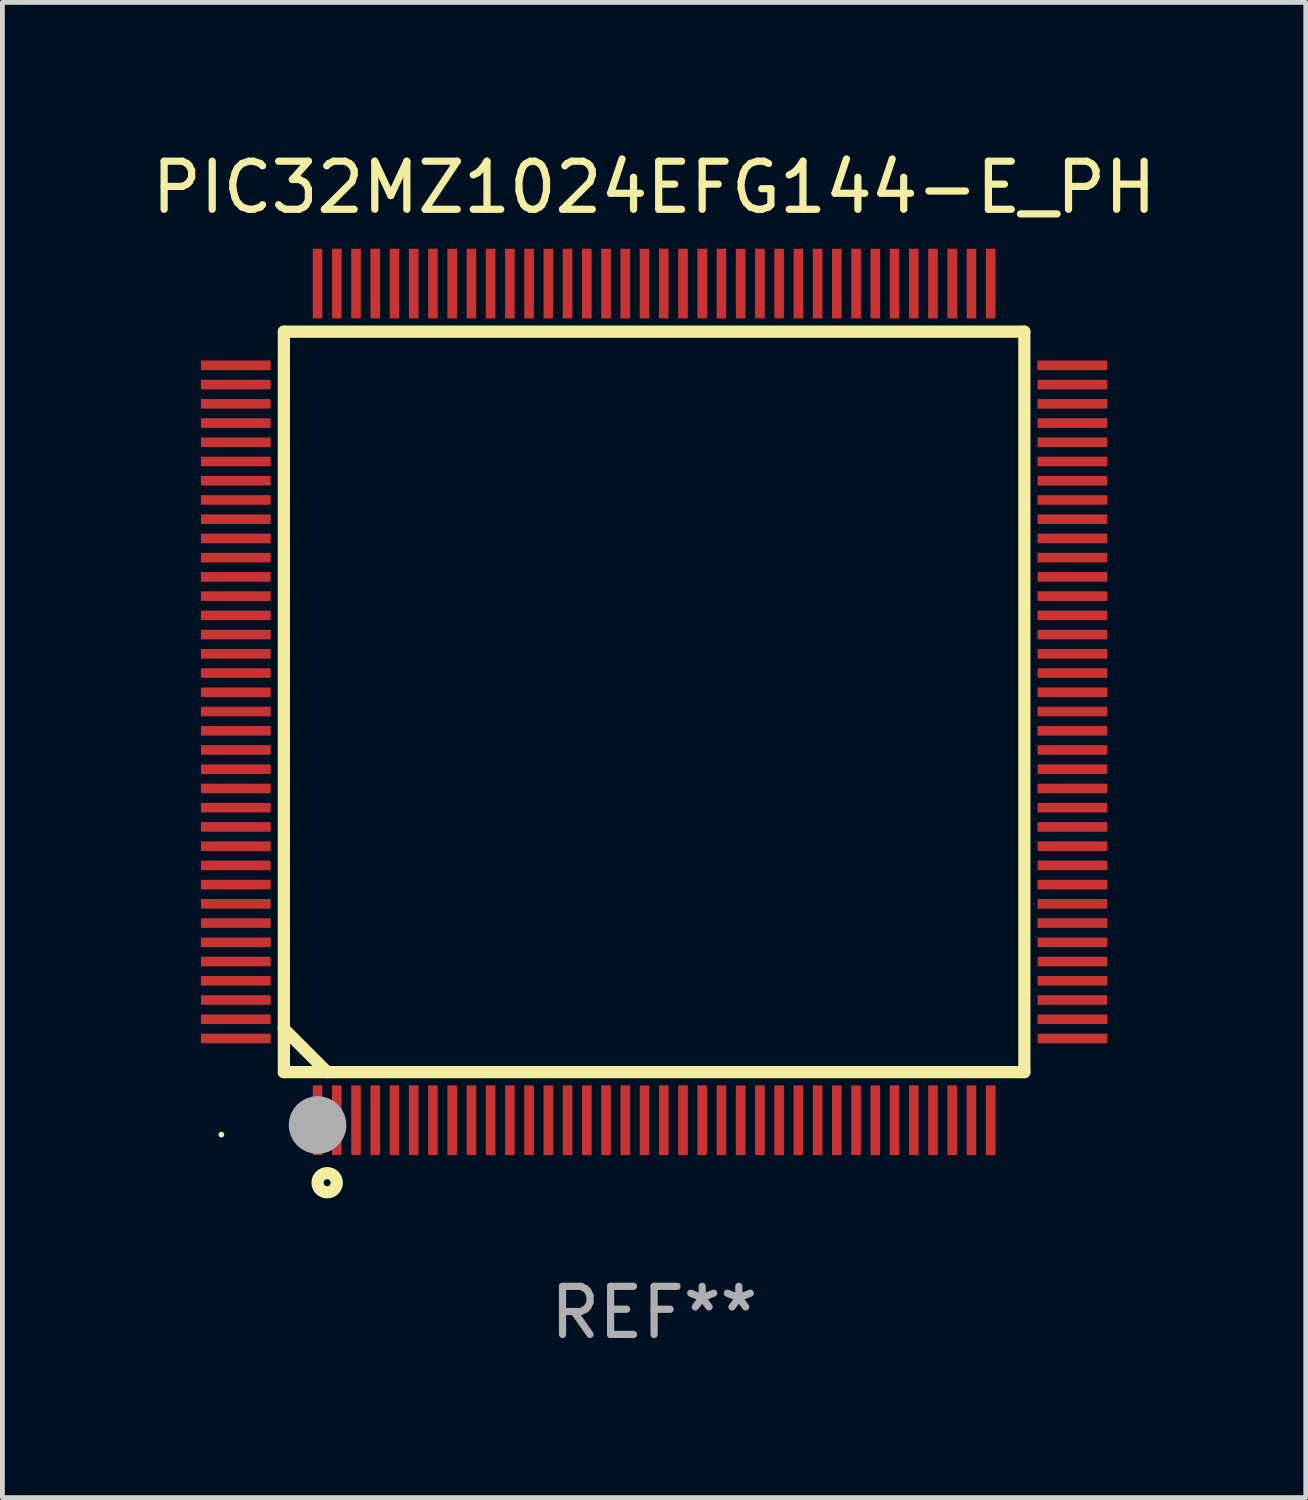
<source format=kicad_pcb>
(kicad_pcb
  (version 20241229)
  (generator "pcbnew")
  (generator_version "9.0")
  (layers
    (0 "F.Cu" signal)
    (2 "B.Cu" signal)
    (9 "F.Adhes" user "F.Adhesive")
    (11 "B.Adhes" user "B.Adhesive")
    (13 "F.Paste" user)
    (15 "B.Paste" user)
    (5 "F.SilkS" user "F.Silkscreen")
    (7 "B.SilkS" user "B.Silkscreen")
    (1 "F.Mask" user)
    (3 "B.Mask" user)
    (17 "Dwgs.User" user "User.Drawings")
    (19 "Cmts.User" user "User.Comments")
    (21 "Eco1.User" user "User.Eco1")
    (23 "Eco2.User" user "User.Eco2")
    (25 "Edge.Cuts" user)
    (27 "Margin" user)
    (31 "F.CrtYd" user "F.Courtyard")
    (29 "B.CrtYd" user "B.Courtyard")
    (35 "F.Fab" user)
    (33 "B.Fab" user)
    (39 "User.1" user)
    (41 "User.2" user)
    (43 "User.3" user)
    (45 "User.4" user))
  (footprint "PIC32MZ1024EFG144-E_PH"
    (layer "F.Cu")
    (at 10.554 11.548)
    (property "Reference" "PIC32MZ1024EFG144-E_PH" (at 0 -10.7 0) (layer "F.SilkS") (effects (font (size 1 1) (thickness 0.15))))
    (attr through_hole)
    (fp_line (start -7.7 -7.7) (end -7.7 7.7) (stroke (width 0.254) (type solid)) (layer "F.SilkS"))
    (fp_line (start -7.7 -7.7) (end 7.7 -7.7) (stroke (width 0.254) (type solid)) (layer "F.SilkS"))
    (fp_line (start -7.7 6.774) (end -7.7 6.798) (stroke (width 0.254) (type solid)) (layer "F.SilkS"))
    (fp_line (start -7.7 6.798) (end -6.798 7.7) (stroke (width 0.254) (type solid)) (layer "F.SilkS"))
    (fp_line (start -7.7 7.7) (end 7.7 7.7) (stroke (width 0.254) (type solid)) (layer "F.SilkS"))
    (fp_line (start 7.7 7.7) (end 7.7 -7.7) (stroke (width 0.254) (type solid)) (layer "F.SilkS"))
    (fp_circle (center -9 9) (end -8.97 9) (stroke (width 0.06) (type solid)) (fill no) (layer "F.SilkS"))
    (fp_circle (center -6.8 10) (end -6.6 10) (stroke (width 0.254) (type solid)) (fill no) (layer "F.SilkS"))
    (fp_circle (center -7 8.8) (end -6.7 8.8) (stroke (width 0.6) (type solid)) (fill no) (layer "F.Fab"))
    (fp_text user "REF**" (at 0 12.7 0) (layer "F.Fab") (effects (font (size 1 1) (thickness 0.15))))
    (pad "1" smd rect (at -7 8.7) (size 0.2 1.45) (layers "F.Cu" "F.Mask" "F.Paste"))
    (pad "2" smd rect (at -6.6 8.7) (size 0.2 1.45) (layers "F.Cu" "F.Mask" "F.Paste"))
    (pad "3" smd rect (at -6.2 8.7) (size 0.2 1.45) (layers "F.Cu" "F.Mask" "F.Paste"))
    (pad "4" smd rect (at -5.8 8.7) (size 0.2 1.45) (layers "F.Cu" "F.Mask" "F.Paste"))
    (pad "5" smd rect (at -5.4 8.7) (size 0.2 1.45) (layers "F.Cu" "F.Mask" "F.Paste"))
    (pad "6" smd rect (at -5 8.7) (size 0.2 1.45) (layers "F.Cu" "F.Mask" "F.Paste"))
    (pad "7" smd rect (at -4.6 8.7) (size 0.2 1.45) (layers "F.Cu" "F.Mask" "F.Paste"))
    (pad "8" smd rect (at -4.2 8.7) (size 0.2 1.45) (layers "F.Cu" "F.Mask" "F.Paste"))
    (pad "9" smd rect (at -3.8 8.7) (size 0.2 1.45) (layers "F.Cu" "F.Mask" "F.Paste"))
    (pad "10" smd rect (at -3.4 8.7) (size 0.2 1.45) (layers "F.Cu" "F.Mask" "F.Paste"))
    (pad "11" smd rect (at -3 8.7) (size 0.2 1.45) (layers "F.Cu" "F.Mask" "F.Paste"))
    (pad "12" smd rect (at -2.6 8.7) (size 0.2 1.45) (layers "F.Cu" "F.Mask" "F.Paste"))
    (pad "13" smd rect (at -2.2 8.7) (size 0.2 1.45) (layers "F.Cu" "F.Mask" "F.Paste"))
    (pad "14" smd rect (at -1.8 8.7) (size 0.2 1.45) (layers "F.Cu" "F.Mask" "F.Paste"))
    (pad "15" smd rect (at -1.4 8.7) (size 0.2 1.45) (layers "F.Cu" "F.Mask" "F.Paste"))
    (pad "16" smd rect (at -1 8.7) (size 0.2 1.45) (layers "F.Cu" "F.Mask" "F.Paste"))
    (pad "17" smd rect (at -0.6 8.7) (size 0.2 1.45) (layers "F.Cu" "F.Mask" "F.Paste"))
    (pad "18" smd rect (at -0.2 8.7) (size 0.2 1.45) (layers "F.Cu" "F.Mask" "F.Paste"))
    (pad "19" smd rect (at 0.2 8.7) (size 0.2 1.45) (layers "F.Cu" "F.Mask" "F.Paste"))
    (pad "20" smd rect (at 0.6 8.7) (size 0.2 1.45) (layers "F.Cu" "F.Mask" "F.Paste"))
    (pad "21" smd rect (at 1 8.7) (size 0.2 1.45) (layers "F.Cu" "F.Mask" "F.Paste"))
    (pad "22" smd rect (at 1.4 8.7) (size 0.2 1.45) (layers "F.Cu" "F.Mask" "F.Paste"))
    (pad "23" smd rect (at 1.8 8.7) (size 0.2 1.45) (layers "F.Cu" "F.Mask" "F.Paste"))
    (pad "24" smd rect (at 2.2 8.7) (size 0.2 1.45) (layers "F.Cu" "F.Mask" "F.Paste"))
    (pad "25" smd rect (at 2.6 8.7) (size 0.2 1.45) (layers "F.Cu" "F.Mask" "F.Paste"))
    (pad "26" smd rect (at 3 8.7) (size 0.2 1.45) (layers "F.Cu" "F.Mask" "F.Paste"))
    (pad "27" smd rect (at 3.4 8.7) (size 0.2 1.45) (layers "F.Cu" "F.Mask" "F.Paste"))
    (pad "28" smd rect (at 3.8 8.7) (size 0.2 1.45) (layers "F.Cu" "F.Mask" "F.Paste"))
    (pad "29" smd rect (at 4.2 8.7) (size 0.2 1.45) (layers "F.Cu" "F.Mask" "F.Paste"))
    (pad "30" smd rect (at 4.6 8.7) (size 0.2 1.45) (layers "F.Cu" "F.Mask" "F.Paste"))
    (pad "31" smd rect (at 5 8.7) (size 0.2 1.45) (layers "F.Cu" "F.Mask" "F.Paste"))
    (pad "32" smd rect (at 5.4 8.7) (size 0.2 1.45) (layers "F.Cu" "F.Mask" "F.Paste"))
    (pad "33" smd rect (at 5.8 8.7) (size 0.2 1.45) (layers "F.Cu" "F.Mask" "F.Paste"))
    (pad "34" smd rect (at 6.2 8.7) (size 0.2 1.45) (layers "F.Cu" "F.Mask" "F.Paste"))
    (pad "35" smd rect (at 6.6 8.7) (size 0.2 1.45) (layers "F.Cu" "F.Mask" "F.Paste"))
    (pad "36" smd rect (at 7 8.7) (size 0.2 1.45) (layers "F.Cu" "F.Mask" "F.Paste"))
    (pad "37" smd rect (at 8.7 7) (size 1.45 0.2) (layers "F.Cu" "F.Mask" "F.Paste"))
    (pad "38" smd rect (at 8.7 6.6) (size 1.45 0.2) (layers "F.Cu" "F.Mask" "F.Paste"))
    (pad "39" smd rect (at 8.7 6.2) (size 1.45 0.2) (layers "F.Cu" "F.Mask" "F.Paste"))
    (pad "40" smd rect (at 8.7 5.8) (size 1.45 0.2) (layers "F.Cu" "F.Mask" "F.Paste"))
    (pad "41" smd rect (at 8.7 5.4) (size 1.45 0.2) (layers "F.Cu" "F.Mask" "F.Paste"))
    (pad "42" smd rect (at 8.7 5) (size 1.45 0.2) (layers "F.Cu" "F.Mask" "F.Paste"))
    (pad "43" smd rect (at 8.7 4.6) (size 1.45 0.2) (layers "F.Cu" "F.Mask" "F.Paste"))
    (pad "44" smd rect (at 8.7 4.2) (size 1.45 0.2) (layers "F.Cu" "F.Mask" "F.Paste"))
    (pad "45" smd rect (at 8.7 3.8) (size 1.45 0.2) (layers "F.Cu" "F.Mask" "F.Paste"))
    (pad "46" smd rect (at 8.7 3.4) (size 1.45 0.2) (layers "F.Cu" "F.Mask" "F.Paste"))
    (pad "47" smd rect (at 8.7 3) (size 1.45 0.2) (layers "F.Cu" "F.Mask" "F.Paste"))
    (pad "48" smd rect (at 8.7 2.6) (size 1.45 0.2) (layers "F.Cu" "F.Mask" "F.Paste"))
    (pad "49" smd rect (at 8.7 2.2) (size 1.45 0.2) (layers "F.Cu" "F.Mask" "F.Paste"))
    (pad "50" smd rect (at 8.7 1.8) (size 1.45 0.2) (layers "F.Cu" "F.Mask" "F.Paste"))
    (pad "51" smd rect (at 8.7 1.4) (size 1.45 0.2) (layers "F.Cu" "F.Mask" "F.Paste"))
    (pad "52" smd rect (at 8.7 1) (size 1.45 0.2) (layers "F.Cu" "F.Mask" "F.Paste"))
    (pad "53" smd rect (at 8.7 0.6) (size 1.45 0.2) (layers "F.Cu" "F.Mask" "F.Paste"))
    (pad "54" smd rect (at 8.7 0.2) (size 1.45 0.2) (layers "F.Cu" "F.Mask" "F.Paste"))
    (pad "55" smd rect (at 8.7 -0.2) (size 1.45 0.2) (layers "F.Cu" "F.Mask" "F.Paste"))
    (pad "56" smd rect (at 8.7 -0.6) (size 1.45 0.2) (layers "F.Cu" "F.Mask" "F.Paste"))
    (pad "57" smd rect (at 8.7 -1) (size 1.45 0.2) (layers "F.Cu" "F.Mask" "F.Paste"))
    (pad "58" smd rect (at 8.7 -1.4) (size 1.45 0.2) (layers "F.Cu" "F.Mask" "F.Paste"))
    (pad "59" smd rect (at 8.7 -1.8) (size 1.45 0.2) (layers "F.Cu" "F.Mask" "F.Paste"))
    (pad "60" smd rect (at 8.7 -2.2) (size 1.45 0.2) (layers "F.Cu" "F.Mask" "F.Paste"))
    (pad "61" smd rect (at 8.7 -2.6) (size 1.45 0.2) (layers "F.Cu" "F.Mask" "F.Paste"))
    (pad "62" smd rect (at 8.7 -3) (size 1.45 0.2) (layers "F.Cu" "F.Mask" "F.Paste"))
    (pad "63" smd rect (at 8.7 -3.4) (size 1.45 0.2) (layers "F.Cu" "F.Mask" "F.Paste"))
    (pad "64" smd rect (at 8.7 -3.8) (size 1.45 0.2) (layers "F.Cu" "F.Mask" "F.Paste"))
    (pad "65" smd rect (at 8.7 -4.2) (size 1.45 0.2) (layers "F.Cu" "F.Mask" "F.Paste"))
    (pad "66" smd rect (at 8.7 -4.6) (size 1.45 0.2) (layers "F.Cu" "F.Mask" "F.Paste"))
    (pad "67" smd rect (at 8.7 -5) (size 1.45 0.2) (layers "F.Cu" "F.Mask" "F.Paste"))
    (pad "68" smd rect (at 8.7 -5.4) (size 1.45 0.2) (layers "F.Cu" "F.Mask" "F.Paste"))
    (pad "69" smd rect (at 8.7 -5.8) (size 1.45 0.2) (layers "F.Cu" "F.Mask" "F.Paste"))
    (pad "70" smd rect (at 8.7 -6.2) (size 1.45 0.2) (layers "F.Cu" "F.Mask" "F.Paste"))
    (pad "71" smd rect (at 8.7 -6.6) (size 1.45 0.2) (layers "F.Cu" "F.Mask" "F.Paste"))
    (pad "72" smd rect (at 8.7 -7) (size 1.45 0.2) (layers "F.Cu" "F.Mask" "F.Paste"))
    (pad "73" smd rect (at 7 -8.7) (size 0.2 1.45) (layers "F.Cu" "F.Mask" "F.Paste"))
    (pad "74" smd rect (at 6.6 -8.7) (size 0.2 1.45) (layers "F.Cu" "F.Mask" "F.Paste"))
    (pad "75" smd rect (at 6.2 -8.7) (size 0.2 1.45) (layers "F.Cu" "F.Mask" "F.Paste"))
    (pad "76" smd rect (at 5.8 -8.7) (size 0.2 1.45) (layers "F.Cu" "F.Mask" "F.Paste"))
    (pad "77" smd rect (at 5.4 -8.7) (size 0.2 1.45) (layers "F.Cu" "F.Mask" "F.Paste"))
    (pad "78" smd rect (at 5 -8.7) (size 0.2 1.45) (layers "F.Cu" "F.Mask" "F.Paste"))
    (pad "79" smd rect (at 4.6 -8.7) (size 0.2 1.45) (layers "F.Cu" "F.Mask" "F.Paste"))
    (pad "80" smd rect (at 4.2 -8.7) (size 0.2 1.45) (layers "F.Cu" "F.Mask" "F.Paste"))
    (pad "81" smd rect (at 3.8 -8.7) (size 0.2 1.45) (layers "F.Cu" "F.Mask" "F.Paste"))
    (pad "82" smd rect (at 3.4 -8.7) (size 0.2 1.45) (layers "F.Cu" "F.Mask" "F.Paste"))
    (pad "83" smd rect (at 3 -8.7) (size 0.2 1.45) (layers "F.Cu" "F.Mask" "F.Paste"))
    (pad "84" smd rect (at 2.6 -8.7) (size 0.2 1.45) (layers "F.Cu" "F.Mask" "F.Paste"))
    (pad "85" smd rect (at 2.2 -8.7) (size 0.2 1.45) (layers "F.Cu" "F.Mask" "F.Paste"))
    (pad "86" smd rect (at 1.8 -8.7) (size 0.2 1.45) (layers "F.Cu" "F.Mask" "F.Paste"))
    (pad "87" smd rect (at 1.4 -8.7) (size 0.2 1.45) (layers "F.Cu" "F.Mask" "F.Paste"))
    (pad "88" smd rect (at 1 -8.7) (size 0.2 1.45) (layers "F.Cu" "F.Mask" "F.Paste"))
    (pad "89" smd rect (at 0.6 -8.7) (size 0.2 1.45) (layers "F.Cu" "F.Mask" "F.Paste"))
    (pad "90" smd rect (at 0.2 -8.7) (size 0.2 1.45) (layers "F.Cu" "F.Mask" "F.Paste"))
    (pad "91" smd rect (at -0.2 -8.7) (size 0.2 1.45) (layers "F.Cu" "F.Mask" "F.Paste"))
    (pad "92" smd rect (at -0.6 -8.7) (size 0.2 1.45) (layers "F.Cu" "F.Mask" "F.Paste"))
    (pad "93" smd rect (at -1 -8.7) (size 0.2 1.45) (layers "F.Cu" "F.Mask" "F.Paste"))
    (pad "94" smd rect (at -1.4 -8.7) (size 0.2 1.45) (layers "F.Cu" "F.Mask" "F.Paste"))
    (pad "95" smd rect (at -1.8 -8.7) (size 0.2 1.45) (layers "F.Cu" "F.Mask" "F.Paste"))
    (pad "96" smd rect (at -2.2 -8.7) (size 0.2 1.45) (layers "F.Cu" "F.Mask" "F.Paste"))
    (pad "97" smd rect (at -2.6 -8.7) (size 0.2 1.45) (layers "F.Cu" "F.Mask" "F.Paste"))
    (pad "98" smd rect (at -3 -8.7) (size 0.2 1.45) (layers "F.Cu" "F.Mask" "F.Paste"))
    (pad "99" smd rect (at -3.4 -8.7) (size 0.2 1.45) (layers "F.Cu" "F.Mask" "F.Paste"))
    (pad "100" smd rect (at -3.8 -8.7) (size 0.2 1.45) (layers "F.Cu" "F.Mask" "F.Paste"))
    (pad "101" smd rect (at -4.2 -8.7) (size 0.2 1.45) (layers "F.Cu" "F.Mask" "F.Paste"))
    (pad "102" smd rect (at -4.6 -8.7) (size 0.2 1.45) (layers "F.Cu" "F.Mask" "F.Paste"))
    (pad "103" smd rect (at -5 -8.7) (size 0.2 1.45) (layers "F.Cu" "F.Mask" "F.Paste"))
    (pad "104" smd rect (at -5.4 -8.7) (size 0.2 1.45) (layers "F.Cu" "F.Mask" "F.Paste"))
    (pad "105" smd rect (at -5.8 -8.7) (size 0.2 1.45) (layers "F.Cu" "F.Mask" "F.Paste"))
    (pad "106" smd rect (at -6.2 -8.7) (size 0.2 1.45) (layers "F.Cu" "F.Mask" "F.Paste"))
    (pad "107" smd rect (at -6.6 -8.7) (size 0.2 1.45) (layers "F.Cu" "F.Mask" "F.Paste"))
    (pad "108" smd rect (at -7 -8.7) (size 0.2 1.45) (layers "F.Cu" "F.Mask" "F.Paste"))
    (pad "109" smd rect (at -8.7 -7) (size 1.45 0.2) (layers "F.Cu" "F.Mask" "F.Paste"))
    (pad "110" smd rect (at -8.7 -6.6) (size 1.45 0.2) (layers "F.Cu" "F.Mask" "F.Paste"))
    (pad "111" smd rect (at -8.7 -6.2) (size 1.45 0.2) (layers "F.Cu" "F.Mask" "F.Paste"))
    (pad "112" smd rect (at -8.7 -5.8) (size 1.45 0.2) (layers "F.Cu" "F.Mask" "F.Paste"))
    (pad "113" smd rect (at -8.7 -5.4) (size 1.45 0.2) (layers "F.Cu" "F.Mask" "F.Paste"))
    (pad "114" smd rect (at -8.7 -5) (size 1.45 0.2) (layers "F.Cu" "F.Mask" "F.Paste"))
    (pad "115" smd rect (at -8.7 -4.6) (size 1.45 0.2) (layers "F.Cu" "F.Mask" "F.Paste"))
    (pad "116" smd rect (at -8.7 -4.2) (size 1.45 0.2) (layers "F.Cu" "F.Mask" "F.Paste"))
    (pad "117" smd rect (at -8.7 -3.8) (size 1.45 0.2) (layers "F.Cu" "F.Mask" "F.Paste"))
    (pad "118" smd rect (at -8.7 -3.4) (size 1.45 0.2) (layers "F.Cu" "F.Mask" "F.Paste"))
    (pad "119" smd rect (at -8.7 -3) (size 1.45 0.2) (layers "F.Cu" "F.Mask" "F.Paste"))
    (pad "120" smd rect (at -8.7 -2.6) (size 1.45 0.2) (layers "F.Cu" "F.Mask" "F.Paste"))
    (pad "121" smd rect (at -8.7 -2.2) (size 1.45 0.2) (layers "F.Cu" "F.Mask" "F.Paste"))
    (pad "122" smd rect (at -8.7 -1.8) (size 1.45 0.2) (layers "F.Cu" "F.Mask" "F.Paste"))
    (pad "123" smd rect (at -8.7 -1.4) (size 1.45 0.2) (layers "F.Cu" "F.Mask" "F.Paste"))
    (pad "124" smd rect (at -8.7 -1) (size 1.45 0.2) (layers "F.Cu" "F.Mask" "F.Paste"))
    (pad "125" smd rect (at -8.7 -0.6) (size 1.45 0.2) (layers "F.Cu" "F.Mask" "F.Paste"))
    (pad "126" smd rect (at -8.7 -0.2) (size 1.45 0.2) (layers "F.Cu" "F.Mask" "F.Paste"))
    (pad "127" smd rect (at -8.7 0.2) (size 1.45 0.2) (layers "F.Cu" "F.Mask" "F.Paste"))
    (pad "128" smd rect (at -8.7 0.6) (size 1.45 0.2) (layers "F.Cu" "F.Mask" "F.Paste"))
    (pad "129" smd rect (at -8.7 1) (size 1.45 0.2) (layers "F.Cu" "F.Mask" "F.Paste"))
    (pad "130" smd rect (at -8.7 1.4) (size 1.45 0.2) (layers "F.Cu" "F.Mask" "F.Paste"))
    (pad "131" smd rect (at -8.7 1.8) (size 1.45 0.2) (layers "F.Cu" "F.Mask" "F.Paste"))
    (pad "132" smd rect (at -8.7 2.2) (size 1.45 0.2) (layers "F.Cu" "F.Mask" "F.Paste"))
    (pad "133" smd rect (at -8.7 2.6) (size 1.45 0.2) (layers "F.Cu" "F.Mask" "F.Paste"))
    (pad "134" smd rect (at -8.7 3) (size 1.45 0.2) (layers "F.Cu" "F.Mask" "F.Paste"))
    (pad "135" smd rect (at -8.7 3.4) (size 1.45 0.2) (layers "F.Cu" "F.Mask" "F.Paste"))
    (pad "136" smd rect (at -8.7 3.8) (size 1.45 0.2) (layers "F.Cu" "F.Mask" "F.Paste"))
    (pad "137" smd rect (at -8.7 4.2) (size 1.45 0.2) (layers "F.Cu" "F.Mask" "F.Paste"))
    (pad "138" smd rect (at -8.7 4.6) (size 1.45 0.2) (layers "F.Cu" "F.Mask" "F.Paste"))
    (pad "139" smd rect (at -8.7 5) (size 1.45 0.2) (layers "F.Cu" "F.Mask" "F.Paste"))
    (pad "140" smd rect (at -8.7 5.4) (size 1.45 0.2) (layers "F.Cu" "F.Mask" "F.Paste"))
    (pad "141" smd rect (at -8.7 5.8) (size 1.45 0.2) (layers "F.Cu" "F.Mask" "F.Paste"))
    (pad "142" smd rect (at -8.7 6.2) (size 1.45 0.2) (layers "F.Cu" "F.Mask" "F.Paste"))
    (pad "143" smd rect (at -8.7 6.6) (size 1.45 0.2) (layers "F.Cu" "F.Mask" "F.Paste"))
    (pad "144" smd rect (at -8.7 7) (size 1.45 0.2) (layers "F.Cu" "F.Mask" "F.Paste")))
  (gr_rect
    (start -3 -3)
    (end 24.107 28.096)
    (stroke (width 0.1) (type default))
    (fill no)
    (layer "Edge.Cuts")))
</source>
